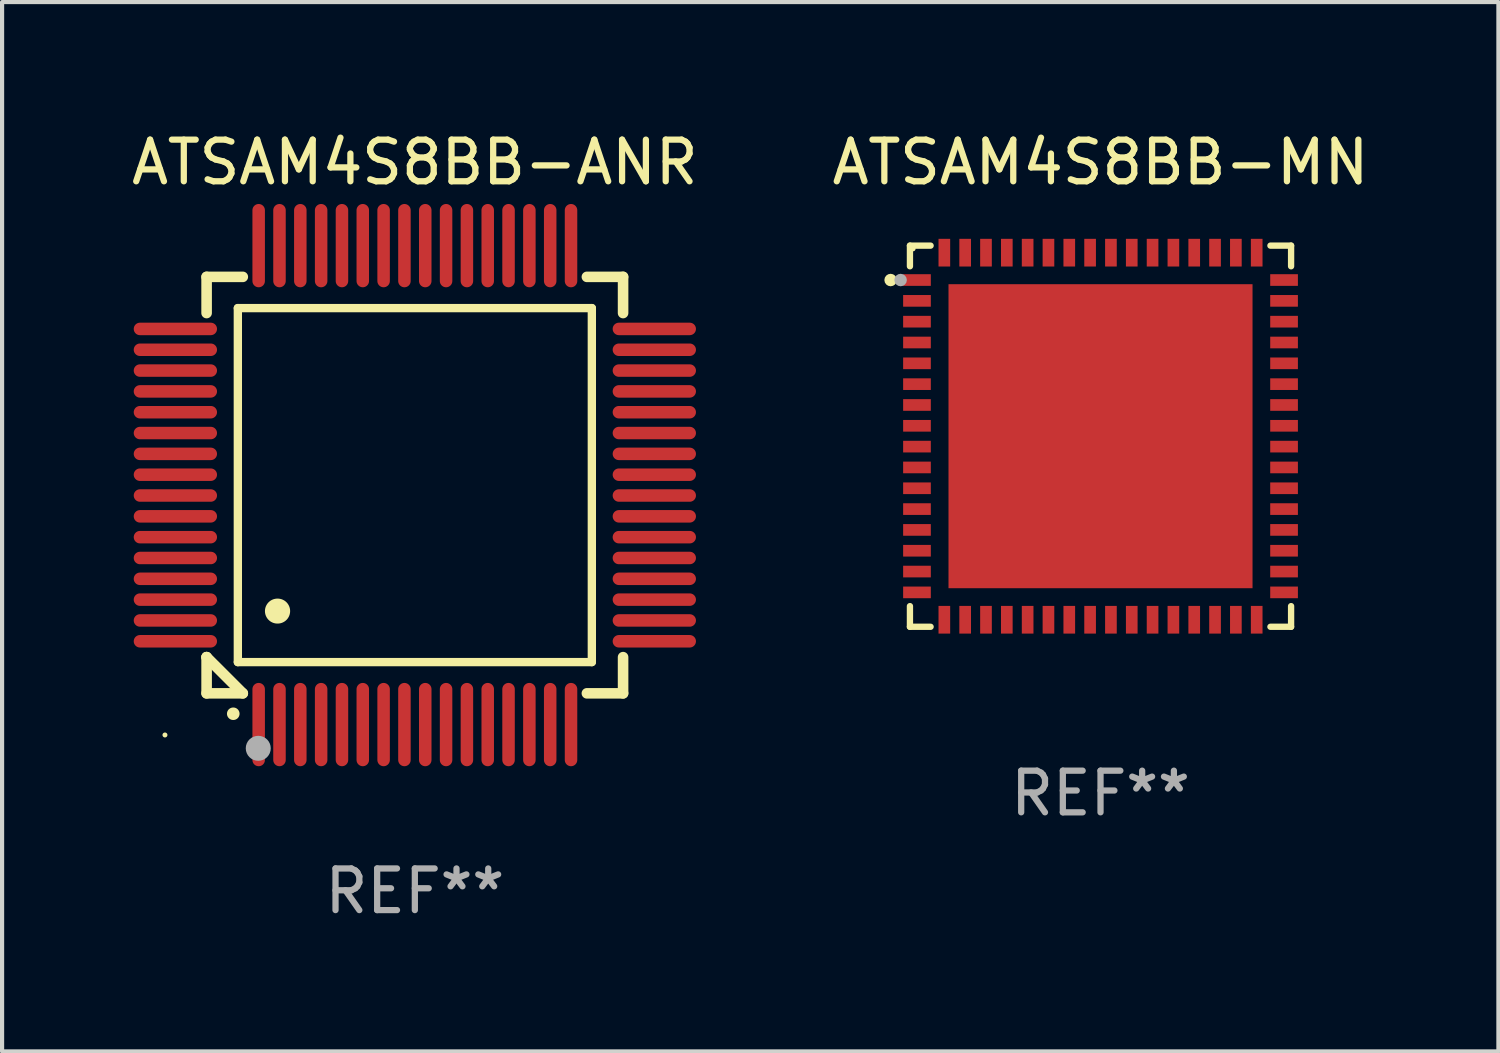
<source format=kicad_pcb>
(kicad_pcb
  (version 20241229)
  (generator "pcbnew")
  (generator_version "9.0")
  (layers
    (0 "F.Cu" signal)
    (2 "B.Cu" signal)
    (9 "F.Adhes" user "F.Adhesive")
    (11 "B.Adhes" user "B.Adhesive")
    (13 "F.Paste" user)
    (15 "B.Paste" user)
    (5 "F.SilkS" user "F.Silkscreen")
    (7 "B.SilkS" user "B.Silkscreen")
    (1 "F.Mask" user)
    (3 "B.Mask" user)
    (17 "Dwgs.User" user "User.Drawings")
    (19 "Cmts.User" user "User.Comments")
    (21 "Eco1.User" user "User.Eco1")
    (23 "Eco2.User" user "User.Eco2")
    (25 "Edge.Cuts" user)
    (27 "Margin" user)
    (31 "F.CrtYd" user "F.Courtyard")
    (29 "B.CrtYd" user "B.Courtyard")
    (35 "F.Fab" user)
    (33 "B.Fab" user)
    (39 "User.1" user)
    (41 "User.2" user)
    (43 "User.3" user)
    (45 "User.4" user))
  (footprint "ATSAM4S8BB-ANR"
    (layer "F.Cu")
    (at 6.911 8.598)
    (property "Reference" "ATSAM4S8BB-ANR" (at 0 -7.75 0) (layer "F.SilkS") (effects (font (size 1 1) (thickness 0.15))))
    (attr through_hole)
    (fp_line (start -5 -5) (end -4.131 -5) (stroke (width 0.254) (type solid)) (layer "F.SilkS"))
    (fp_line (start -5 -4.131) (end -5 -5) (stroke (width 0.254) (type solid)) (layer "F.SilkS"))
    (fp_line (start -5 4.131) (end -5 4.131) (stroke (width 0.254) (type solid)) (layer "F.SilkS"))
    (fp_line (start -5 5) (end -5 4.131) (stroke (width 0.254) (type solid)) (layer "F.SilkS"))
    (fp_line (start -5 4.131) (end -4.131 5) (stroke (width 0.254) (type solid)) (layer "F.SilkS"))
    (fp_line (start -4.25 -4.25) (end -4.25 4.25) (stroke (width 0.2) (type solid)) (layer "F.SilkS"))
    (fp_line (start -4.25 4.25) (end 4.25 4.25) (stroke (width 0.2) (type solid)) (layer "F.SilkS"))
    (fp_line (start -4.131 5) (end -5 5) (stroke (width 0.254) (type solid)) (layer "F.SilkS"))
    (fp_line (start 4.25 -4.25) (end -4.25 -4.25) (stroke (width 0.2) (type solid)) (layer "F.SilkS"))
    (fp_line (start 4.25 4.25) (end 4.25 -4.25) (stroke (width 0.2) (type solid)) (layer "F.SilkS"))
    (fp_line (start 5 -5) (end 4.131 -5) (stroke (width 0.254) (type solid)) (layer "F.SilkS"))
    (fp_line (start 5 -5) (end 5 -4.131) (stroke (width 0.254) (type solid)) (layer "F.SilkS"))
    (fp_line (start 5 4.131) (end 5 5) (stroke (width 0.254) (type solid)) (layer "F.SilkS"))
    (fp_line (start 5 5) (end 4.131 5) (stroke (width 0.254) (type solid)) (layer "F.SilkS"))
    (fp_arc (start -4.361265 5.489992) (mid -4.359995 5.489987) (end -4.358725 5.489992) (stroke (width 0.3) (type solid)) (layer "F.SilkS"))
    (fp_arc (start -3.299467 3.025146) (mid -3.296927 3.025135) (end -3.294387 3.025146) (stroke (width 0.6) (type solid)) (layer "F.SilkS"))
    (fp_circle (center -6 6) (end -5.97 6) (stroke (width 0.06) (type solid)) (fill no) (layer "F.SilkS"))
    (fp_circle (center -3.76 6.32) (end -3.61 6.32) (stroke (width 0.3) (type solid)) (fill no) (layer "F.Fab"))
    (fp_text user "REF**" (at 0 9.75 0) (layer "F.Fab") (effects (font (size 1 1) (thickness 0.15))))
    (pad "1" smd oval (at -3.75 5.75) (size 0.3 2) (layers "F.Cu" "F.Mask" "F.Paste"))
    (pad "2" smd oval (at -3.25 5.75) (size 0.3 2) (layers "F.Cu" "F.Mask" "F.Paste"))
    (pad "3" smd oval (at -2.75 5.75) (size 0.3 2) (layers "F.Cu" "F.Mask" "F.Paste"))
    (pad "4" smd oval (at -2.25 5.75) (size 0.3 2) (layers "F.Cu" "F.Mask" "F.Paste"))
    (pad "5" smd oval (at -1.75 5.75) (size 0.3 2) (layers "F.Cu" "F.Mask" "F.Paste"))
    (pad "6" smd oval (at -1.25 5.75) (size 0.3 2) (layers "F.Cu" "F.Mask" "F.Paste"))
    (pad "7" smd oval (at -0.75 5.75) (size 0.3 2) (layers "F.Cu" "F.Mask" "F.Paste"))
    (pad "8" smd oval (at -0.25 5.75) (size 0.3 2) (layers "F.Cu" "F.Mask" "F.Paste"))
    (pad "9" smd oval (at 0.25 5.75) (size 0.3 2) (layers "F.Cu" "F.Mask" "F.Paste"))
    (pad "10" smd oval (at 0.75 5.75) (size 0.3 2) (layers "F.Cu" "F.Mask" "F.Paste"))
    (pad "11" smd oval (at 1.25 5.75) (size 0.3 2) (layers "F.Cu" "F.Mask" "F.Paste"))
    (pad "12" smd oval (at 1.75 5.75) (size 0.3 2) (layers "F.Cu" "F.Mask" "F.Paste"))
    (pad "13" smd oval (at 2.25 5.75) (size 0.3 2) (layers "F.Cu" "F.Mask" "F.Paste"))
    (pad "14" smd oval (at 2.75 5.75) (size 0.3 2) (layers "F.Cu" "F.Mask" "F.Paste"))
    (pad "15" smd oval (at 3.25 5.75) (size 0.3 2) (layers "F.Cu" "F.Mask" "F.Paste"))
    (pad "16" smd oval (at 3.75 5.75) (size 0.3 2) (layers "F.Cu" "F.Mask" "F.Paste"))
    (pad "17" smd oval (at 5.75 3.75) (size 2 0.3) (layers "F.Cu" "F.Mask" "F.Paste"))
    (pad "18" smd oval (at 5.75 3.25) (size 2 0.3) (layers "F.Cu" "F.Mask" "F.Paste"))
    (pad "19" smd oval (at 5.75 2.75) (size 2 0.3) (layers "F.Cu" "F.Mask" "F.Paste"))
    (pad "20" smd oval (at 5.75 2.25) (size 2 0.3) (layers "F.Cu" "F.Mask" "F.Paste"))
    (pad "21" smd oval (at 5.75 1.75) (size 2 0.3) (layers "F.Cu" "F.Mask" "F.Paste"))
    (pad "22" smd oval (at 5.75 1.25) (size 2 0.3) (layers "F.Cu" "F.Mask" "F.Paste"))
    (pad "23" smd oval (at 5.75 0.75) (size 2 0.3) (layers "F.Cu" "F.Mask" "F.Paste"))
    (pad "24" smd oval (at 5.75 0.25) (size 2 0.3) (layers "F.Cu" "F.Mask" "F.Paste"))
    (pad "25" smd oval (at 5.75 -0.25) (size 2 0.3) (layers "F.Cu" "F.Mask" "F.Paste"))
    (pad "26" smd oval (at 5.75 -0.75) (size 2 0.3) (layers "F.Cu" "F.Mask" "F.Paste"))
    (pad "27" smd oval (at 5.75 -1.25) (size 2 0.3) (layers "F.Cu" "F.Mask" "F.Paste"))
    (pad "28" smd oval (at 5.75 -1.75) (size 2 0.3) (layers "F.Cu" "F.Mask" "F.Paste"))
    (pad "29" smd oval (at 5.75 -2.25) (size 2 0.3) (layers "F.Cu" "F.Mask" "F.Paste"))
    (pad "30" smd oval (at 5.75 -2.75) (size 2 0.3) (layers "F.Cu" "F.Mask" "F.Paste"))
    (pad "31" smd oval (at 5.75 -3.25) (size 2 0.3) (layers "F.Cu" "F.Mask" "F.Paste"))
    (pad "32" smd oval (at 5.75 -3.75) (size 2 0.3) (layers "F.Cu" "F.Mask" "F.Paste"))
    (pad "33" smd oval (at 3.75 -5.75) (size 0.3 2) (layers "F.Cu" "F.Mask" "F.Paste"))
    (pad "34" smd oval (at 3.25 -5.75) (size 0.3 2) (layers "F.Cu" "F.Mask" "F.Paste"))
    (pad "35" smd oval (at 2.75 -5.75) (size 0.3 2) (layers "F.Cu" "F.Mask" "F.Paste"))
    (pad "36" smd oval (at 2.25 -5.75) (size 0.3 2) (layers "F.Cu" "F.Mask" "F.Paste"))
    (pad "37" smd oval (at 1.75 -5.75) (size 0.3 2) (layers "F.Cu" "F.Mask" "F.Paste"))
    (pad "38" smd oval (at 1.25 -5.75) (size 0.3 2) (layers "F.Cu" "F.Mask" "F.Paste"))
    (pad "39" smd oval (at 0.75 -5.75) (size 0.3 2) (layers "F.Cu" "F.Mask" "F.Paste"))
    (pad "40" smd oval (at 0.25 -5.75) (size 0.3 2) (layers "F.Cu" "F.Mask" "F.Paste"))
    (pad "41" smd oval (at -0.25 -5.75) (size 0.3 2) (layers "F.Cu" "F.Mask" "F.Paste"))
    (pad "42" smd oval (at -0.75 -5.75) (size 0.3 2) (layers "F.Cu" "F.Mask" "F.Paste"))
    (pad "43" smd oval (at -1.25 -5.75) (size 0.3 2) (layers "F.Cu" "F.Mask" "F.Paste"))
    (pad "44" smd oval (at -1.75 -5.75) (size 0.3 2) (layers "F.Cu" "F.Mask" "F.Paste"))
    (pad "45" smd oval (at -2.25 -5.75) (size 0.3 2) (layers "F.Cu" "F.Mask" "F.Paste"))
    (pad "46" smd oval (at -2.75 -5.75) (size 0.3 2) (layers "F.Cu" "F.Mask" "F.Paste"))
    (pad "47" smd oval (at -3.25 -5.75) (size 0.3 2) (layers "F.Cu" "F.Mask" "F.Paste"))
    (pad "48" smd oval (at -3.75 -5.75) (size 0.3 2) (layers "F.Cu" "F.Mask" "F.Paste"))
    (pad "49" smd oval (at -5.75 -3.75) (size 2 0.3) (layers "F.Cu" "F.Mask" "F.Paste"))
    (pad "50" smd oval (at -5.75 -3.25) (size 2 0.3) (layers "F.Cu" "F.Mask" "F.Paste"))
    (pad "51" smd oval (at -5.75 -2.75) (size 2 0.3) (layers "F.Cu" "F.Mask" "F.Paste"))
    (pad "52" smd oval (at -5.75 -2.25) (size 2 0.3) (layers "F.Cu" "F.Mask" "F.Paste"))
    (pad "53" smd oval (at -5.75 -1.75) (size 2 0.3) (layers "F.Cu" "F.Mask" "F.Paste"))
    (pad "54" smd oval (at -5.75 -1.25) (size 2 0.3) (layers "F.Cu" "F.Mask" "F.Paste"))
    (pad "55" smd oval (at -5.75 -0.75) (size 2 0.3) (layers "F.Cu" "F.Mask" "F.Paste"))
    (pad "56" smd oval (at -5.75 -0.25) (size 2 0.3) (layers "F.Cu" "F.Mask" "F.Paste"))
    (pad "57" smd oval (at -5.75 0.25) (size 2 0.3) (layers "F.Cu" "F.Mask" "F.Paste"))
    (pad "58" smd oval (at -5.75 0.75) (size 2 0.3) (layers "F.Cu" "F.Mask" "F.Paste"))
    (pad "59" smd oval (at -5.75 1.25) (size 2 0.3) (layers "F.Cu" "F.Mask" "F.Paste"))
    (pad "60" smd oval (at -5.75 1.75) (size 2 0.3) (layers "F.Cu" "F.Mask" "F.Paste"))
    (pad "61" smd oval (at -5.75 2.25) (size 2 0.3) (layers "F.Cu" "F.Mask" "F.Paste"))
    (pad "62" smd oval (at -5.75 2.75) (size 2 0.3) (layers "F.Cu" "F.Mask" "F.Paste"))
    (pad "63" smd oval (at -5.75 3.25) (size 2 0.3) (layers "F.Cu" "F.Mask" "F.Paste"))
    (pad "64" smd oval (at -5.75 3.75) (size 2 0.3) (layers "F.Cu" "F.Mask" "F.Paste")))
  (footprint "ATSAM4S8BB-MN"
    (layer "F.Cu")
    (at 23.375 7.424)
    (property "Reference" "ATSAM4S8BB-MN" (at 0 -6.576 0) (layer "F.SilkS") (effects (font (size 1 1) (thickness 0.15))))
    (attr through_hole)
    (fp_line (start -4.576 -4.576) (end -4.576 -4.08) (stroke (width 0.152) (type solid)) (layer "F.SilkS"))
    (fp_line (start -4.576 4.576) (end -4.576 4.08) (stroke (width 0.152) (type solid)) (layer "F.SilkS"))
    (fp_line (start -4.08 -4.576) (end -4.576 -4.576) (stroke (width 0.152) (type solid)) (layer "F.SilkS"))
    (fp_line (start -4.08 4.576) (end -4.576 4.576) (stroke (width 0.152) (type solid)) (layer "F.SilkS"))
    (fp_line (start 4.08 -4.576) (end 4.576 -4.576) (stroke (width 0.152) (type solid)) (layer "F.SilkS"))
    (fp_line (start 4.08 4.576) (end 4.576 4.576) (stroke (width 0.152) (type solid)) (layer "F.SilkS"))
    (fp_line (start 4.576 -4.576) (end 4.576 -4.08) (stroke (width 0.152) (type solid)) (layer "F.SilkS"))
    (fp_line (start 4.576 4.576) (end 4.576 4.08) (stroke (width 0.152) (type solid)) (layer "F.SilkS"))
    (fp_circle (center -5.04 -3.75) (end -4.965 -3.75) (stroke (width 0.15) (type solid)) (fill no) (layer "F.SilkS"))
    (fp_circle (center -4.5 -4.5) (end -4.47 -4.5) (stroke (width 0.06) (type solid)) (fill no) (layer "F.SilkS"))
    (fp_circle (center -4.8 -3.75) (end -4.725 -3.75) (stroke (width 0.15) (type solid)) (fill no) (layer "F.Fab"))
    (fp_text user "REF**" (at 0 8.576 0) (layer "F.Fab") (effects (font (size 1 1) (thickness 0.15))))
    (pad "1" smd rect (at -4.407 -3.75) (size 0.665 0.28) (layers "F.Cu" "F.Mask" "F.Paste"))
    (pad "2" smd rect (at -4.407 -3.25) (size 0.665 0.28) (layers "F.Cu" "F.Mask" "F.Paste"))
    (pad "3" smd rect (at -4.407 -2.75) (size 0.665 0.28) (layers "F.Cu" "F.Mask" "F.Paste"))
    (pad "4" smd rect (at -4.407 -2.25) (size 0.665 0.28) (layers "F.Cu" "F.Mask" "F.Paste"))
    (pad "5" smd rect (at -4.407 -1.75) (size 0.665 0.28) (layers "F.Cu" "F.Mask" "F.Paste"))
    (pad "6" smd rect (at -4.407 -1.25) (size 0.665 0.28) (layers "F.Cu" "F.Mask" "F.Paste"))
    (pad "7" smd rect (at -4.407 -0.75) (size 0.665 0.28) (layers "F.Cu" "F.Mask" "F.Paste"))
    (pad "8" smd rect (at -4.407 -0.25) (size 0.665 0.28) (layers "F.Cu" "F.Mask" "F.Paste"))
    (pad "9" smd rect (at -4.407 0.25) (size 0.665 0.28) (layers "F.Cu" "F.Mask" "F.Paste"))
    (pad "10" smd rect (at -4.407 0.75) (size 0.665 0.28) (layers "F.Cu" "F.Mask" "F.Paste"))
    (pad "11" smd rect (at -4.407 1.25) (size 0.665 0.28) (layers "F.Cu" "F.Mask" "F.Paste"))
    (pad "12" smd rect (at -4.407 1.75) (size 0.665 0.28) (layers "F.Cu" "F.Mask" "F.Paste"))
    (pad "13" smd rect (at -4.407 2.25) (size 0.665 0.28) (layers "F.Cu" "F.Mask" "F.Paste"))
    (pad "14" smd rect (at -4.407 2.75) (size 0.665 0.28) (layers "F.Cu" "F.Mask" "F.Paste"))
    (pad "15" smd rect (at -4.407 3.25) (size 0.665 0.28) (layers "F.Cu" "F.Mask" "F.Paste"))
    (pad "16" smd rect (at -4.407 3.75) (size 0.665 0.28) (layers "F.Cu" "F.Mask" "F.Paste"))
    (pad "17" smd rect (at -3.75 4.407) (size 0.28 0.665) (layers "F.Cu" "F.Mask" "F.Paste"))
    (pad "18" smd rect (at -3.25 4.407) (size 0.28 0.665) (layers "F.Cu" "F.Mask" "F.Paste"))
    (pad "19" smd rect (at -2.75 4.407) (size 0.28 0.665) (layers "F.Cu" "F.Mask" "F.Paste"))
    (pad "20" smd rect (at -2.25 4.407) (size 0.28 0.665) (layers "F.Cu" "F.Mask" "F.Paste"))
    (pad "21" smd rect (at -1.75 4.407) (size 0.28 0.665) (layers "F.Cu" "F.Mask" "F.Paste"))
    (pad "22" smd rect (at -1.25 4.407) (size 0.28 0.665) (layers "F.Cu" "F.Mask" "F.Paste"))
    (pad "23" smd rect (at -0.75 4.407) (size 0.28 0.665) (layers "F.Cu" "F.Mask" "F.Paste"))
    (pad "24" smd rect (at -0.25 4.407) (size 0.28 0.665) (layers "F.Cu" "F.Mask" "F.Paste"))
    (pad "25" smd rect (at 0.25 4.407) (size 0.28 0.665) (layers "F.Cu" "F.Mask" "F.Paste"))
    (pad "26" smd rect (at 0.75 4.407) (size 0.28 0.665) (layers "F.Cu" "F.Mask" "F.Paste"))
    (pad "27" smd rect (at 1.25 4.407) (size 0.28 0.665) (layers "F.Cu" "F.Mask" "F.Paste"))
    (pad "28" smd rect (at 1.75 4.407) (size 0.28 0.665) (layers "F.Cu" "F.Mask" "F.Paste"))
    (pad "29" smd rect (at 2.25 4.407) (size 0.28 0.665) (layers "F.Cu" "F.Mask" "F.Paste"))
    (pad "30" smd rect (at 2.75 4.407) (size 0.28 0.665) (layers "F.Cu" "F.Mask" "F.Paste"))
    (pad "31" smd rect (at 3.25 4.407) (size 0.28 0.665) (layers "F.Cu" "F.Mask" "F.Paste"))
    (pad "32" smd rect (at 3.75 4.407) (size 0.28 0.665) (layers "F.Cu" "F.Mask" "F.Paste"))
    (pad "33" smd rect (at 4.407 3.75) (size 0.665 0.28) (layers "F.Cu" "F.Mask" "F.Paste"))
    (pad "34" smd rect (at 4.407 3.25) (size 0.665 0.28) (layers "F.Cu" "F.Mask" "F.Paste"))
    (pad "35" smd rect (at 4.407 2.75) (size 0.665 0.28) (layers "F.Cu" "F.Mask" "F.Paste"))
    (pad "36" smd rect (at 4.407 2.25) (size 0.665 0.28) (layers "F.Cu" "F.Mask" "F.Paste"))
    (pad "37" smd rect (at 4.407 1.75) (size 0.665 0.28) (layers "F.Cu" "F.Mask" "F.Paste"))
    (pad "38" smd rect (at 4.407 1.25) (size 0.665 0.28) (layers "F.Cu" "F.Mask" "F.Paste"))
    (pad "39" smd rect (at 4.407 0.75) (size 0.665 0.28) (layers "F.Cu" "F.Mask" "F.Paste"))
    (pad "40" smd rect (at 4.407 0.25) (size 0.665 0.28) (layers "F.Cu" "F.Mask" "F.Paste"))
    (pad "41" smd rect (at 4.407 -0.25) (size 0.665 0.28) (layers "F.Cu" "F.Mask" "F.Paste"))
    (pad "42" smd rect (at 4.407 -0.75) (size 0.665 0.28) (layers "F.Cu" "F.Mask" "F.Paste"))
    (pad "43" smd rect (at 4.407 -1.25) (size 0.665 0.28) (layers "F.Cu" "F.Mask" "F.Paste"))
    (pad "44" smd rect (at 4.407 -1.75) (size 0.665 0.28) (layers "F.Cu" "F.Mask" "F.Paste"))
    (pad "45" smd rect (at 4.407 -2.25) (size 0.665 0.28) (layers "F.Cu" "F.Mask" "F.Paste"))
    (pad "46" smd rect (at 4.407 -2.75) (size 0.665 0.28) (layers "F.Cu" "F.Mask" "F.Paste"))
    (pad "47" smd rect (at 4.407 -3.25) (size 0.665 0.28) (layers "F.Cu" "F.Mask" "F.Paste"))
    (pad "48" smd rect (at 4.407 -3.75) (size 0.665 0.28) (layers "F.Cu" "F.Mask" "F.Paste"))
    (pad "49" smd rect (at 3.75 -4.407) (size 0.28 0.665) (layers "F.Cu" "F.Mask" "F.Paste"))
    (pad "50" smd rect (at 3.25 -4.407) (size 0.28 0.665) (layers "F.Cu" "F.Mask" "F.Paste"))
    (pad "51" smd rect (at 2.75 -4.407) (size 0.28 0.665) (layers "F.Cu" "F.Mask" "F.Paste"))
    (pad "52" smd rect (at 2.25 -4.407) (size 0.28 0.665) (layers "F.Cu" "F.Mask" "F.Paste"))
    (pad "53" smd rect (at 1.75 -4.407) (size 0.28 0.665) (layers "F.Cu" "F.Mask" "F.Paste"))
    (pad "54" smd rect (at 1.25 -4.407) (size 0.28 0.665) (layers "F.Cu" "F.Mask" "F.Paste"))
    (pad "55" smd rect (at 0.75 -4.407) (size 0.28 0.665) (layers "F.Cu" "F.Mask" "F.Paste"))
    (pad "56" smd rect (at 0.25 -4.407) (size 0.28 0.665) (layers "F.Cu" "F.Mask" "F.Paste"))
    (pad "57" smd rect (at -0.25 -4.407) (size 0.28 0.665) (layers "F.Cu" "F.Mask" "F.Paste"))
    (pad "58" smd rect (at -0.75 -4.407) (size 0.28 0.665) (layers "F.Cu" "F.Mask" "F.Paste"))
    (pad "59" smd rect (at -1.25 -4.407) (size 0.28 0.665) (layers "F.Cu" "F.Mask" "F.Paste"))
    (pad "60" smd rect (at -1.75 -4.407) (size 0.28 0.665) (layers "F.Cu" "F.Mask" "F.Paste"))
    (pad "61" smd rect (at -2.25 -4.407) (size 0.28 0.665) (layers "F.Cu" "F.Mask" "F.Paste"))
    (pad "62" smd rect (at -2.75 -4.407) (size 0.28 0.665) (layers "F.Cu" "F.Mask" "F.Paste"))
    (pad "63" smd rect (at -3.25 -4.407) (size 0.28 0.665) (layers "F.Cu" "F.Mask" "F.Paste"))
    (pad "64" smd rect (at -3.75 -4.407) (size 0.28 0.665) (layers "F.Cu" "F.Mask" "F.Paste"))
    (pad "65" smd rect (at 0 0) (size 7.3 7.3) (layers "F.Cu" "F.Mask" "F.Paste")))
  (gr_rect
    (start -3 -3)
    (end 32.929 22.196)
    (stroke (width 0.1) (type default))
    (fill no)
    (layer "Edge.Cuts")))
</source>
